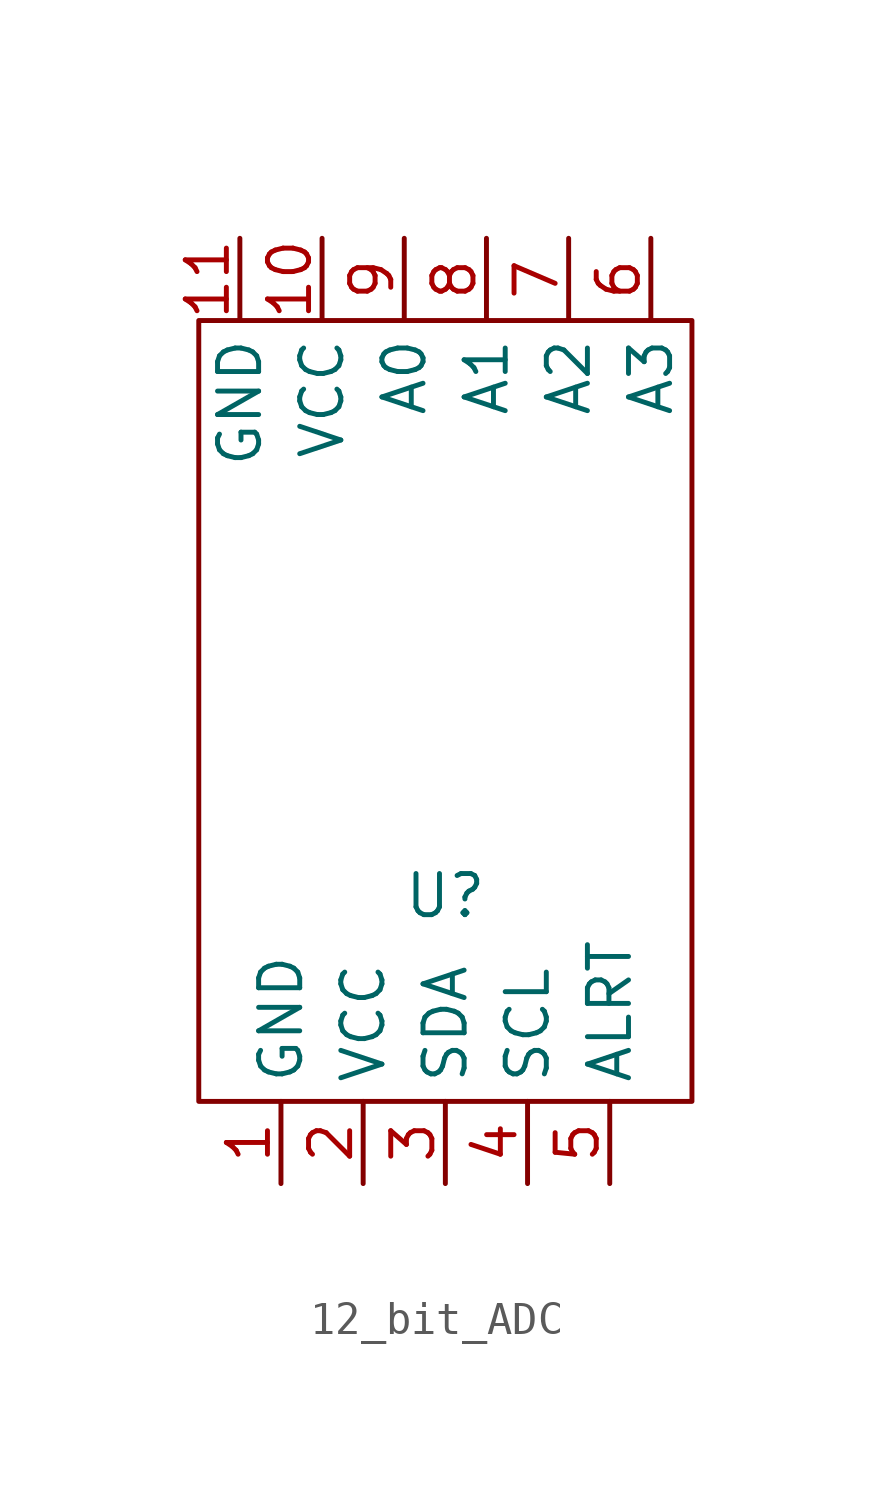
<source format=kicad_sym>
(kicad_symbol_lib
  (version 20220914)
  (generator kicad_symbol_editor)
  (symbol "12_bit_ADC"
    (property "Reference" "U"
      (at 0 0 0)
      (effects (font (size 1.27 1.27))))
    (property "Value" ""
      (at 0 0 0)
      (effects (font (size 1.27 1.27))))
    (symbol "12_bit_ADC_0_1"
      (rectangle (start -7.62 17.78) (end 7.62 -6.35) (stroke (width 0) (type default)) (fill (type none))))
    (symbol "12_bit_ADC_1_1"
      (pin power_in line (at -5.08 -8.89 90) (length 2.54) (name "GND" (effects (font (size 1.27 1.27)))) (number "1" (effects (font (size 1.27 1.27)))))
      (pin power_in line (at -3.81 20.32 270) (length 2.54) (name "VCC" (effects (font (size 1.27 1.27)))) (number "10" (effects (font (size 1.27 1.27)))))
      (pin power_in line (at -6.35 20.32 270) (length 2.54) (name "GND" (effects (font (size 1.27 1.27)))) (number "11" (effects (font (size 1.27 1.27)))))
      (pin power_in line (at -2.54 -8.89 90) (length 2.54) (name "VCC" (effects (font (size 1.27 1.27)))) (number "2" (effects (font (size 1.27 1.27)))))
      (pin bidirectional line (at 0 -8.89 90) (length 2.54) (name "SDA" (effects (font (size 1.27 1.27)))) (number "3" (effects (font (size 1.27 1.27)))))
      (pin bidirectional line (at 2.54 -8.89 90) (length 2.54) (name "SCL" (effects (font (size 1.27 1.27)))) (number "4" (effects (font (size 1.27 1.27)))))
      (pin bidirectional line (at 5.08 -8.89 90) (length 2.54) (name "ALRT" (effects (font (size 1.27 1.27)))) (number "5" (effects (font (size 1.27 1.27)))))
      (pin bidirectional line (at 6.35 20.32 270) (length 2.54) (name "A3" (effects (font (size 1.27 1.27)))) (number "6" (effects (font (size 1.27 1.27)))))
      (pin bidirectional line (at 3.81 20.32 270) (length 2.54) (name "A2" (effects (font (size 1.27 1.27)))) (number "7" (effects (font (size 1.27 1.27)))))
      (pin bidirectional line (at 1.27 20.32 270) (length 2.54) (name "A1" (effects (font (size 1.27 1.27)))) (number "8" (effects (font (size 1.27 1.27)))))
      (pin bidirectional line (at -1.27 20.32 270) (length 2.54) (name "A0" (effects (font (size 1.27 1.27)))) (number "9" (effects (font (size 1.27 1.27))))))))
</source>
